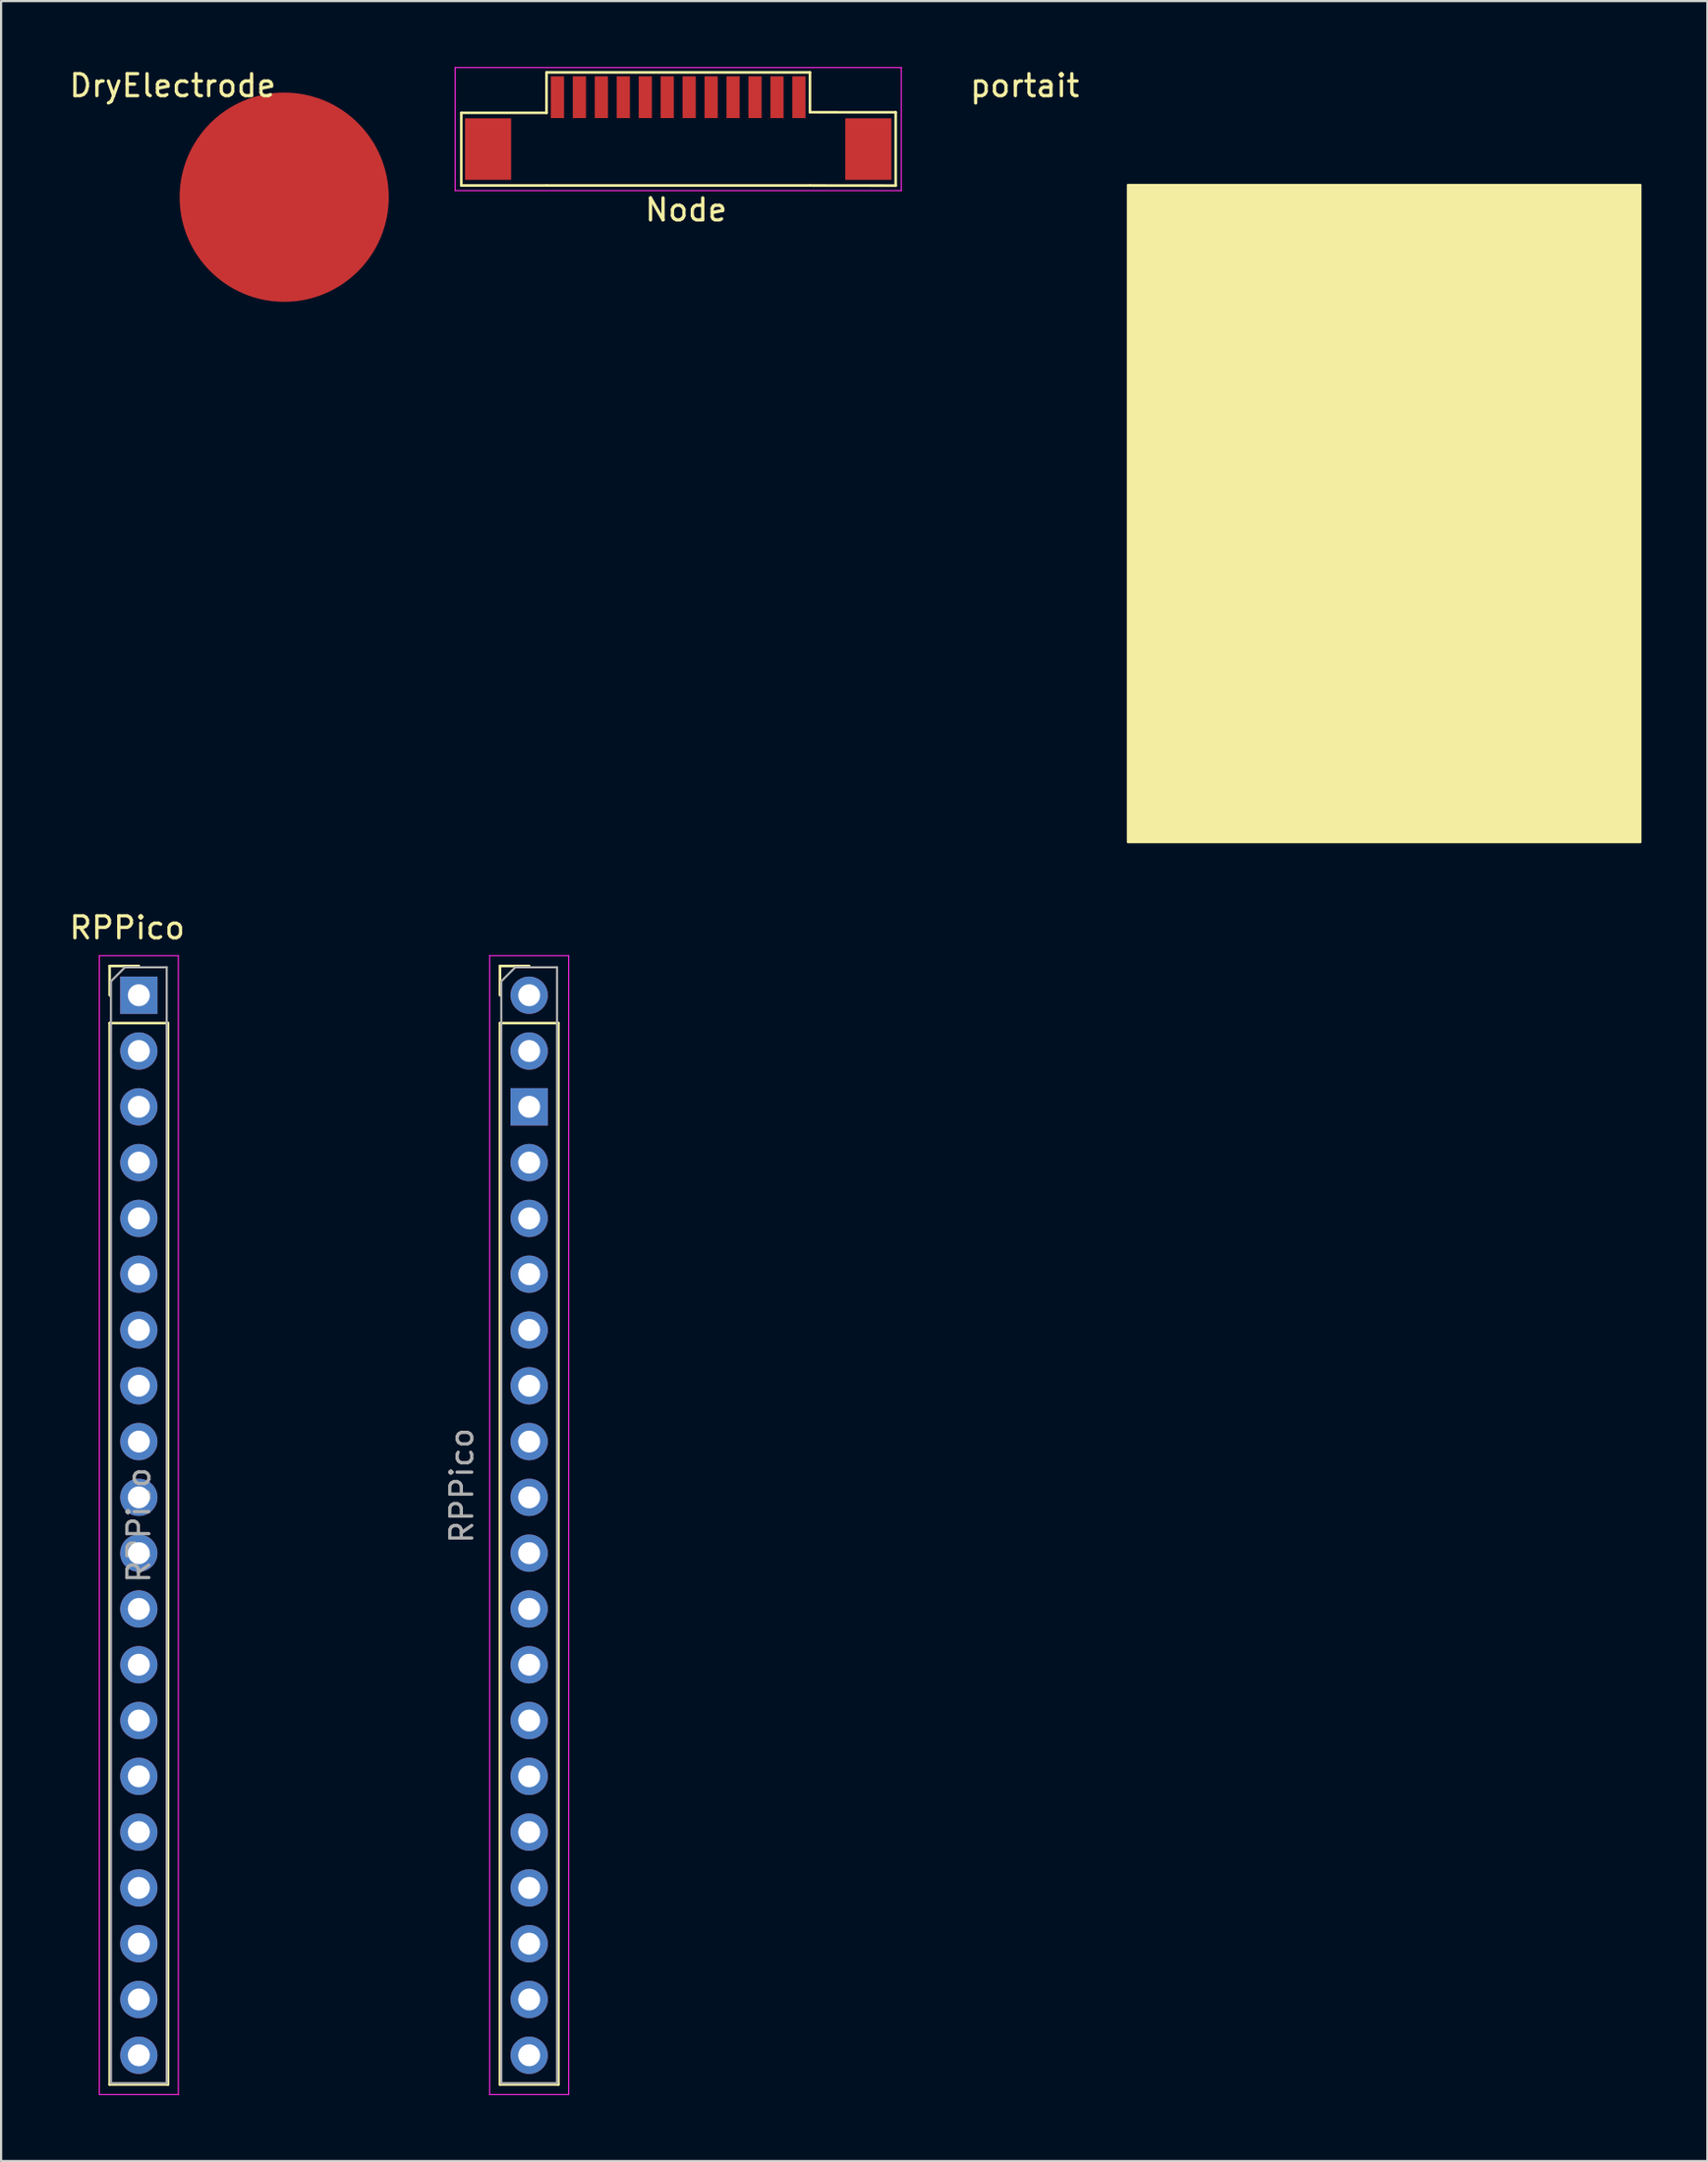
<source format=kicad_pcb>
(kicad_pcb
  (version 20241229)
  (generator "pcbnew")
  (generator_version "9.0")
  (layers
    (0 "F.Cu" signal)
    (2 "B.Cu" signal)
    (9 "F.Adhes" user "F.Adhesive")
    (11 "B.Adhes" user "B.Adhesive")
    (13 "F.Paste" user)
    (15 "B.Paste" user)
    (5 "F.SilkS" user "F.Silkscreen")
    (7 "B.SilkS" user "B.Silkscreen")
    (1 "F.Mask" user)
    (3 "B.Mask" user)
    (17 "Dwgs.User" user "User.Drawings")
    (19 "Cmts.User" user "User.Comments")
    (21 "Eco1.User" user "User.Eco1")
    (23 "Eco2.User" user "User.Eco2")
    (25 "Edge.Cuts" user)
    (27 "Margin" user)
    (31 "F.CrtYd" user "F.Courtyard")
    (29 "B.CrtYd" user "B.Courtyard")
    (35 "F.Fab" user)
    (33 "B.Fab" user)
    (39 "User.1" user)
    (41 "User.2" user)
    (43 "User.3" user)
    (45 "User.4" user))
  (footprint "DryElectrode"
    (layer "F.Cu")
    (at 9.895 5.928)
    (property "Reference" "DryElectrode" (at -5.08 -5.08 0) (layer "F.SilkS") (effects (font (size 1 1) (thickness 0.15))))
    (attr through_hole)
    (pad "1" smd circle (at 0 0) (size 9.525 9.525) (layers "F.Cu" "F.Mask" "F.Paste")))
  (footprint "Node"
    (layer "F.Cu")
    (at 35.463 2.391)
    (property "Reference" "Node" (at -7.264 4.115 0) (layer "F.SilkS") (effects (font (size 1 1) (thickness 0.15))))
    (attr smd)
    (fp_line (start -17.501 -0.305) (end -13.62 -0.305) (stroke (width 0.12) (type solid)) (layer "F.SilkS"))
    (fp_line (start -17.501 3.004) (end -17.501 -0.305) (stroke (width 0.12) (type solid)) (layer "F.SilkS"))
    (fp_line (start -13.62 -2.146) (end -1.62 -2.146) (stroke (width 0.12) (type solid)) (layer "F.SilkS"))
    (fp_line (start -13.62 -0.305) (end -13.62 -2.146) (stroke (width 0.12) (type solid)) (layer "F.SilkS"))
    (fp_line (start -13.62 3.004) (end -17.501 3.004) (stroke (width 0.12) (type solid)) (layer "F.SilkS"))
    (fp_line (start -13.62 3.004) (end -1.62 3.004) (stroke (width 0.12) (type solid)) (layer "F.SilkS"))
    (fp_line (start -1.62 -0.33) (end -1.62 -2.146) (stroke (width 0.12) (type solid)) (layer "F.SilkS"))
    (fp_line (start -1.62 3.004) (end 2.286 3.008) (stroke (width 0.12) (type solid)) (layer "F.SilkS"))
    (fp_line (start 2.286 -0.327) (end -1.62 -0.33) (stroke (width 0.12) (type solid)) (layer "F.SilkS"))
    (fp_line (start 2.286 3.008) (end 2.286 -0.327) (stroke (width 0.12) (type solid)) (layer "F.SilkS"))
    (fp_line (start -17.78 -2.366) (end -17.78 3.234) (stroke (width 0.05) (type solid)) (layer "F.CrtYd"))
    (fp_line (start -17.78 -2.366) (end 2.54 -2.366) (stroke (width 0.05) (type solid)) (layer "F.CrtYd"))
    (fp_line (start -17.78 3.234) (end 2.54 3.234) (stroke (width 0.05) (type solid)) (layer "F.CrtYd"))
    (fp_line (start 2.54 -2.366) (end 2.54 3.234) (stroke (width 0.05) (type solid)) (layer "F.CrtYd"))
    (pad "1" smd rect (at -13.12 -1.016) (size 0.6 1.9) (layers "F.Cu" "F.Mask" "F.Paste"))
    (pad "2" smd rect (at -12.12 -1.016) (size 0.6 1.9) (layers "F.Cu" "F.Mask" "F.Paste"))
    (pad "3" smd rect (at -11.12 -1.016) (size 0.6 1.9) (layers "F.Cu" "F.Mask" "F.Paste"))
    (pad "4" smd rect (at -10.12 -1.016) (size 0.6 1.9) (layers "F.Cu" "F.Mask" "F.Paste"))
    (pad "5" smd rect (at -9.12 -1.016) (size 0.6 1.9) (layers "F.Cu" "F.Mask" "F.Paste"))
    (pad "6" smd rect (at -8.12 -1.016) (size 0.6 1.9) (layers "F.Cu" "F.Mask" "F.Paste"))
    (pad "7" smd rect (at -7.12 -1.016) (size 0.6 1.9) (layers "F.Cu" "F.Mask" "F.Paste"))
    (pad "8" smd rect (at -6.12 -1.016) (size 0.6 1.9) (layers "F.Cu" "F.Mask" "F.Paste"))
    (pad "9" smd rect (at -5.12 -1.016) (size 0.6 1.9) (layers "F.Cu" "F.Mask" "F.Paste"))
    (pad "10" smd rect (at -4.12 -1.016) (size 0.6 1.9) (layers "F.Cu" "F.Mask" "F.Paste"))
    (pad "11" smd rect (at -3.12 -1.016) (size 0.6 1.9) (layers "F.Cu" "F.Mask" "F.Paste"))
    (pad "12" smd rect (at -2.12 -1.016) (size 0.6 1.9) (layers "F.Cu" "F.Mask" "F.Paste"))
    (pad "MP" smd rect (at -16.281 1.346) (size 2.1 2.8) (layers "F.Cu" "F.Mask" "F.Paste"))
    (pad "MP" smd rect (at 1.041 1.346) (size 2.1 2.8) (layers "F.Cu" "F.Mask" "F.Paste")))
  (footprint "RPPico"
    (layer "F.Cu")
    (at 11.634 55.699)
    (property "Reference" "RPPico" (at -8.89 -16.51 0) (layer "F.SilkS") (effects (font (size 1 1) (thickness 0.15))))
    (attr through_hole)
    (fp_line (start -9.69 -14.77) (end -8.36 -14.77) (stroke (width 0.12) (type solid)) (layer "F.SilkS"))
    (fp_line (start -9.69 -13.44) (end -9.69 -14.77) (stroke (width 0.12) (type solid)) (layer "F.SilkS"))
    (fp_line (start -9.69 -12.17) (end -9.69 36.15) (stroke (width 0.12) (type solid)) (layer "F.SilkS"))
    (fp_line (start -9.69 -12.17) (end -7.03 -12.17) (stroke (width 0.12) (type solid)) (layer "F.SilkS"))
    (fp_line (start -9.69 36.15) (end -7.03 36.15) (stroke (width 0.12) (type solid)) (layer "F.SilkS"))
    (fp_line (start -7.03 -12.17) (end -7.03 36.15) (stroke (width 0.12) (type solid)) (layer "F.SilkS"))
    (fp_line (start 8.09 -14.77) (end 9.42 -14.77) (stroke (width 0.12) (type solid)) (layer "F.SilkS"))
    (fp_line (start 8.09 -13.44) (end 8.09 -14.77) (stroke (width 0.12) (type solid)) (layer "F.SilkS"))
    (fp_line (start 8.09 -12.17) (end 8.09 36.15) (stroke (width 0.12) (type solid)) (layer "F.SilkS"))
    (fp_line (start 8.09 -12.17) (end 10.75 -12.17) (stroke (width 0.12) (type solid)) (layer "F.SilkS"))
    (fp_line (start 8.09 36.15) (end 10.75 36.15) (stroke (width 0.12) (type solid)) (layer "F.SilkS"))
    (fp_line (start 10.75 -12.17) (end 10.75 36.15) (stroke (width 0.12) (type solid)) (layer "F.SilkS"))
    (fp_line (start -10.16 -15.24) (end -10.16 36.61) (stroke (width 0.05) (type solid)) (layer "F.CrtYd"))
    (fp_line (start -10.16 36.61) (end -6.56 36.61) (stroke (width 0.05) (type solid)) (layer "F.CrtYd"))
    (fp_line (start -6.56 -15.24) (end -10.16 -15.24) (stroke (width 0.05) (type solid)) (layer "F.CrtYd"))
    (fp_line (start -6.56 36.61) (end -6.56 -15.24) (stroke (width 0.05) (type solid)) (layer "F.CrtYd"))
    (fp_line (start 7.62 -15.24) (end 7.62 36.61) (stroke (width 0.05) (type solid)) (layer "F.CrtYd"))
    (fp_line (start 7.62 36.61) (end 11.22 36.61) (stroke (width 0.05) (type solid)) (layer "F.CrtYd"))
    (fp_line (start 11.22 -15.24) (end 7.62 -15.24) (stroke (width 0.05) (type solid)) (layer "F.CrtYd"))
    (fp_line (start 11.22 36.61) (end 11.22 -15.24) (stroke (width 0.05) (type solid)) (layer "F.CrtYd"))
    (fp_line (start -9.63 -14.075) (end -8.995 -14.71) (stroke (width 0.1) (type solid)) (layer "F.Fab"))
    (fp_line (start -9.63 36.09) (end -9.63 -14.075) (stroke (width 0.1) (type solid)) (layer "F.Fab"))
    (fp_line (start -8.995 -14.71) (end -7.09 -14.71) (stroke (width 0.1) (type solid)) (layer "F.Fab"))
    (fp_line (start -7.09 -14.71) (end -7.09 36.09) (stroke (width 0.1) (type solid)) (layer "F.Fab"))
    (fp_line (start -7.09 36.09) (end -9.63 36.09) (stroke (width 0.1) (type solid)) (layer "F.Fab"))
    (fp_line (start 8.15 -14.075) (end 8.785 -14.71) (stroke (width 0.1) (type solid)) (layer "F.Fab"))
    (fp_line (start 8.15 36.09) (end 8.15 -14.075) (stroke (width 0.1) (type solid)) (layer "F.Fab"))
    (fp_line (start 8.785 -14.71) (end 10.69 -14.71) (stroke (width 0.1) (type solid)) (layer "F.Fab"))
    (fp_line (start 10.69 -14.71) (end 10.69 36.09) (stroke (width 0.1) (type solid)) (layer "F.Fab"))
    (fp_line (start 10.69 36.09) (end 8.15 36.09) (stroke (width 0.1) (type solid)) (layer "F.Fab"))
    (fp_text user "${REFERENCE}" (at -8.36 10.69 90) (layer "F.Fab") (effects (font (size 1 1) (thickness 0.15))))
    (fp_text user "${REFERENCE}" (at 6.35 8.89 90) (layer "F.Fab") (effects (font (size 1 1) (thickness 0.15))))
    (pad "1" thru_hole rect (at -8.36 -13.44) (size 1.7 1.7) (drill 1) (layers "*.Cu" "*.Mask"))
    (pad "2" thru_hole oval (at -8.36 -10.9) (size 1.7 1.7) (drill 1) (layers "*.Cu" "*.Mask"))
    (pad "3" thru_hole oval (at -8.36 -8.36) (size 1.7 1.7) (drill 1) (layers "*.Cu" "*.Mask"))
    (pad "4" thru_hole oval (at -8.36 -5.82) (size 1.7 1.7) (drill 1) (layers "*.Cu" "*.Mask"))
    (pad "5" thru_hole oval (at -8.36 -3.28) (size 1.7 1.7) (drill 1) (layers "*.Cu" "*.Mask"))
    (pad "6" thru_hole oval (at -8.36 -0.74) (size 1.7 1.7) (drill 1) (layers "*.Cu" "*.Mask"))
    (pad "7" thru_hole oval (at -8.36 1.8) (size 1.7 1.7) (drill 1) (layers "*.Cu" "*.Mask"))
    (pad "8" thru_hole oval (at -8.36 4.34) (size 1.7 1.7) (drill 1) (layers "*.Cu" "*.Mask"))
    (pad "9" thru_hole oval (at -8.36 6.88) (size 1.7 1.7) (drill 1) (layers "*.Cu" "*.Mask"))
    (pad "10" thru_hole oval (at -8.36 9.42) (size 1.7 1.7) (drill 1) (layers "*.Cu" "*.Mask"))
    (pad "11" thru_hole oval (at -8.36 11.96) (size 1.7 1.7) (drill 1) (layers "*.Cu" "*.Mask"))
    (pad "12" thru_hole oval (at -8.36 14.5) (size 1.7 1.7) (drill 1) (layers "*.Cu" "*.Mask"))
    (pad "13" thru_hole oval (at -8.36 17.04) (size 1.7 1.7) (drill 1) (layers "*.Cu" "*.Mask"))
    (pad "14" thru_hole oval (at -8.36 19.58) (size 1.7 1.7) (drill 1) (layers "*.Cu" "*.Mask"))
    (pad "15" thru_hole oval (at -8.36 22.12) (size 1.7 1.7) (drill 1) (layers "*.Cu" "*.Mask"))
    (pad "16" thru_hole oval (at -8.36 24.66) (size 1.7 1.7) (drill 1) (layers "*.Cu" "*.Mask"))
    (pad "17" thru_hole oval (at -8.36 27.2) (size 1.7 1.7) (drill 1) (layers "*.Cu" "*.Mask"))
    (pad "18" thru_hole oval (at -8.36 29.74) (size 1.7 1.7) (drill 1) (layers "*.Cu" "*.Mask"))
    (pad "19" thru_hole oval (at -8.36 32.28) (size 1.7 1.7) (drill 1) (layers "*.Cu" "*.Mask"))
    (pad "20" thru_hole oval (at -8.36 34.82) (size 1.7 1.7) (drill 1) (layers "*.Cu" "*.Mask"))
    (pad "21" thru_hole oval (at 9.42 34.82) (size 1.7 1.7) (drill 1) (layers "*.Cu" "*.Mask"))
    (pad "22" thru_hole oval (at 9.42 32.28) (size 1.7 1.7) (drill 1) (layers "*.Cu" "*.Mask"))
    (pad "23" thru_hole oval (at 9.42 29.74) (size 1.7 1.7) (drill 1) (layers "*.Cu" "*.Mask"))
    (pad "24" thru_hole oval (at 9.42 27.2) (size 1.7 1.7) (drill 1) (layers "*.Cu" "*.Mask"))
    (pad "25" thru_hole oval (at 9.42 24.66) (size 1.7 1.7) (drill 1) (layers "*.Cu" "*.Mask"))
    (pad "26" thru_hole oval (at 9.42 22.12) (size 1.7 1.7) (drill 1) (layers "*.Cu" "*.Mask"))
    (pad "27" thru_hole oval (at 9.42 19.58) (size 1.7 1.7) (drill 1) (layers "*.Cu" "*.Mask"))
    (pad "28" thru_hole oval (at 9.42 17.04) (size 1.7 1.7) (drill 1) (layers "*.Cu" "*.Mask"))
    (pad "29" thru_hole oval (at 9.42 14.5) (size 1.7 1.7) (drill 1) (layers "*.Cu" "*.Mask"))
    (pad "30" thru_hole oval (at 9.42 11.96) (size 1.7 1.7) (drill 1) (layers "*.Cu" "*.Mask"))
    (pad "31" thru_hole oval (at 9.42 9.42) (size 1.7 1.7) (drill 1) (layers "*.Cu" "*.Mask"))
    (pad "32" thru_hole oval (at 9.42 6.88) (size 1.7 1.7) (drill 1) (layers "*.Cu" "*.Mask"))
    (pad "33" thru_hole oval (at 9.42 4.34) (size 1.7 1.7) (drill 1) (layers "*.Cu" "*.Mask"))
    (pad "34" thru_hole oval (at 9.42 1.8) (size 1.7 1.7) (drill 1) (layers "*.Cu" "*.Mask"))
    (pad "35" thru_hole oval (at 9.42 -0.74) (size 1.7 1.7) (drill 1) (layers "*.Cu" "*.Mask"))
    (pad "36" thru_hole oval (at 9.42 -3.28) (size 1.7 1.7) (drill 1) (layers "*.Cu" "*.Mask"))
    (pad "37" thru_hole oval (at 9.42 -5.82) (size 1.7 1.7) (drill 1) (layers "*.Cu" "*.Mask"))
    (pad "38" thru_hole rect (at 9.42 -8.36) (size 1.7 1.7) (drill 1) (layers "*.Cu" "*.Mask"))
    (pad "39" thru_hole oval (at 9.42 -10.9) (size 1.7 1.7) (drill 1) (layers "*.Cu" "*.Mask"))
    (pad "40" thru_hole circle (at 9.42 -13.44) (size 1.7 1.7) (drill 1) (layers "*.Cu" "*.Mask")))
  (footprint "portait"
    (layer "F.Cu")
    (at 48.252 5.319)
    (property "Reference" "portait" (at -4.623 -4.47 0) (layer "F.SilkS") (effects (font (size 1 1) (thickness 0.15))))
    (attr through_hole)
    (fp_poly (pts (xy 23.419 29.972) (xy 0.076 29.972) (xy 0.076 0.051) (xy 23.419 0.051)) (stroke (width 0.1) (type solid)) (fill yes) (layer "F.SilkS")))
  (gr_rect
    (start -3 -3)
    (end 74.721 95.334)
    (stroke (width 0.1) (type default))
    (fill no)
    (layer "Edge.Cuts")))
</source>
